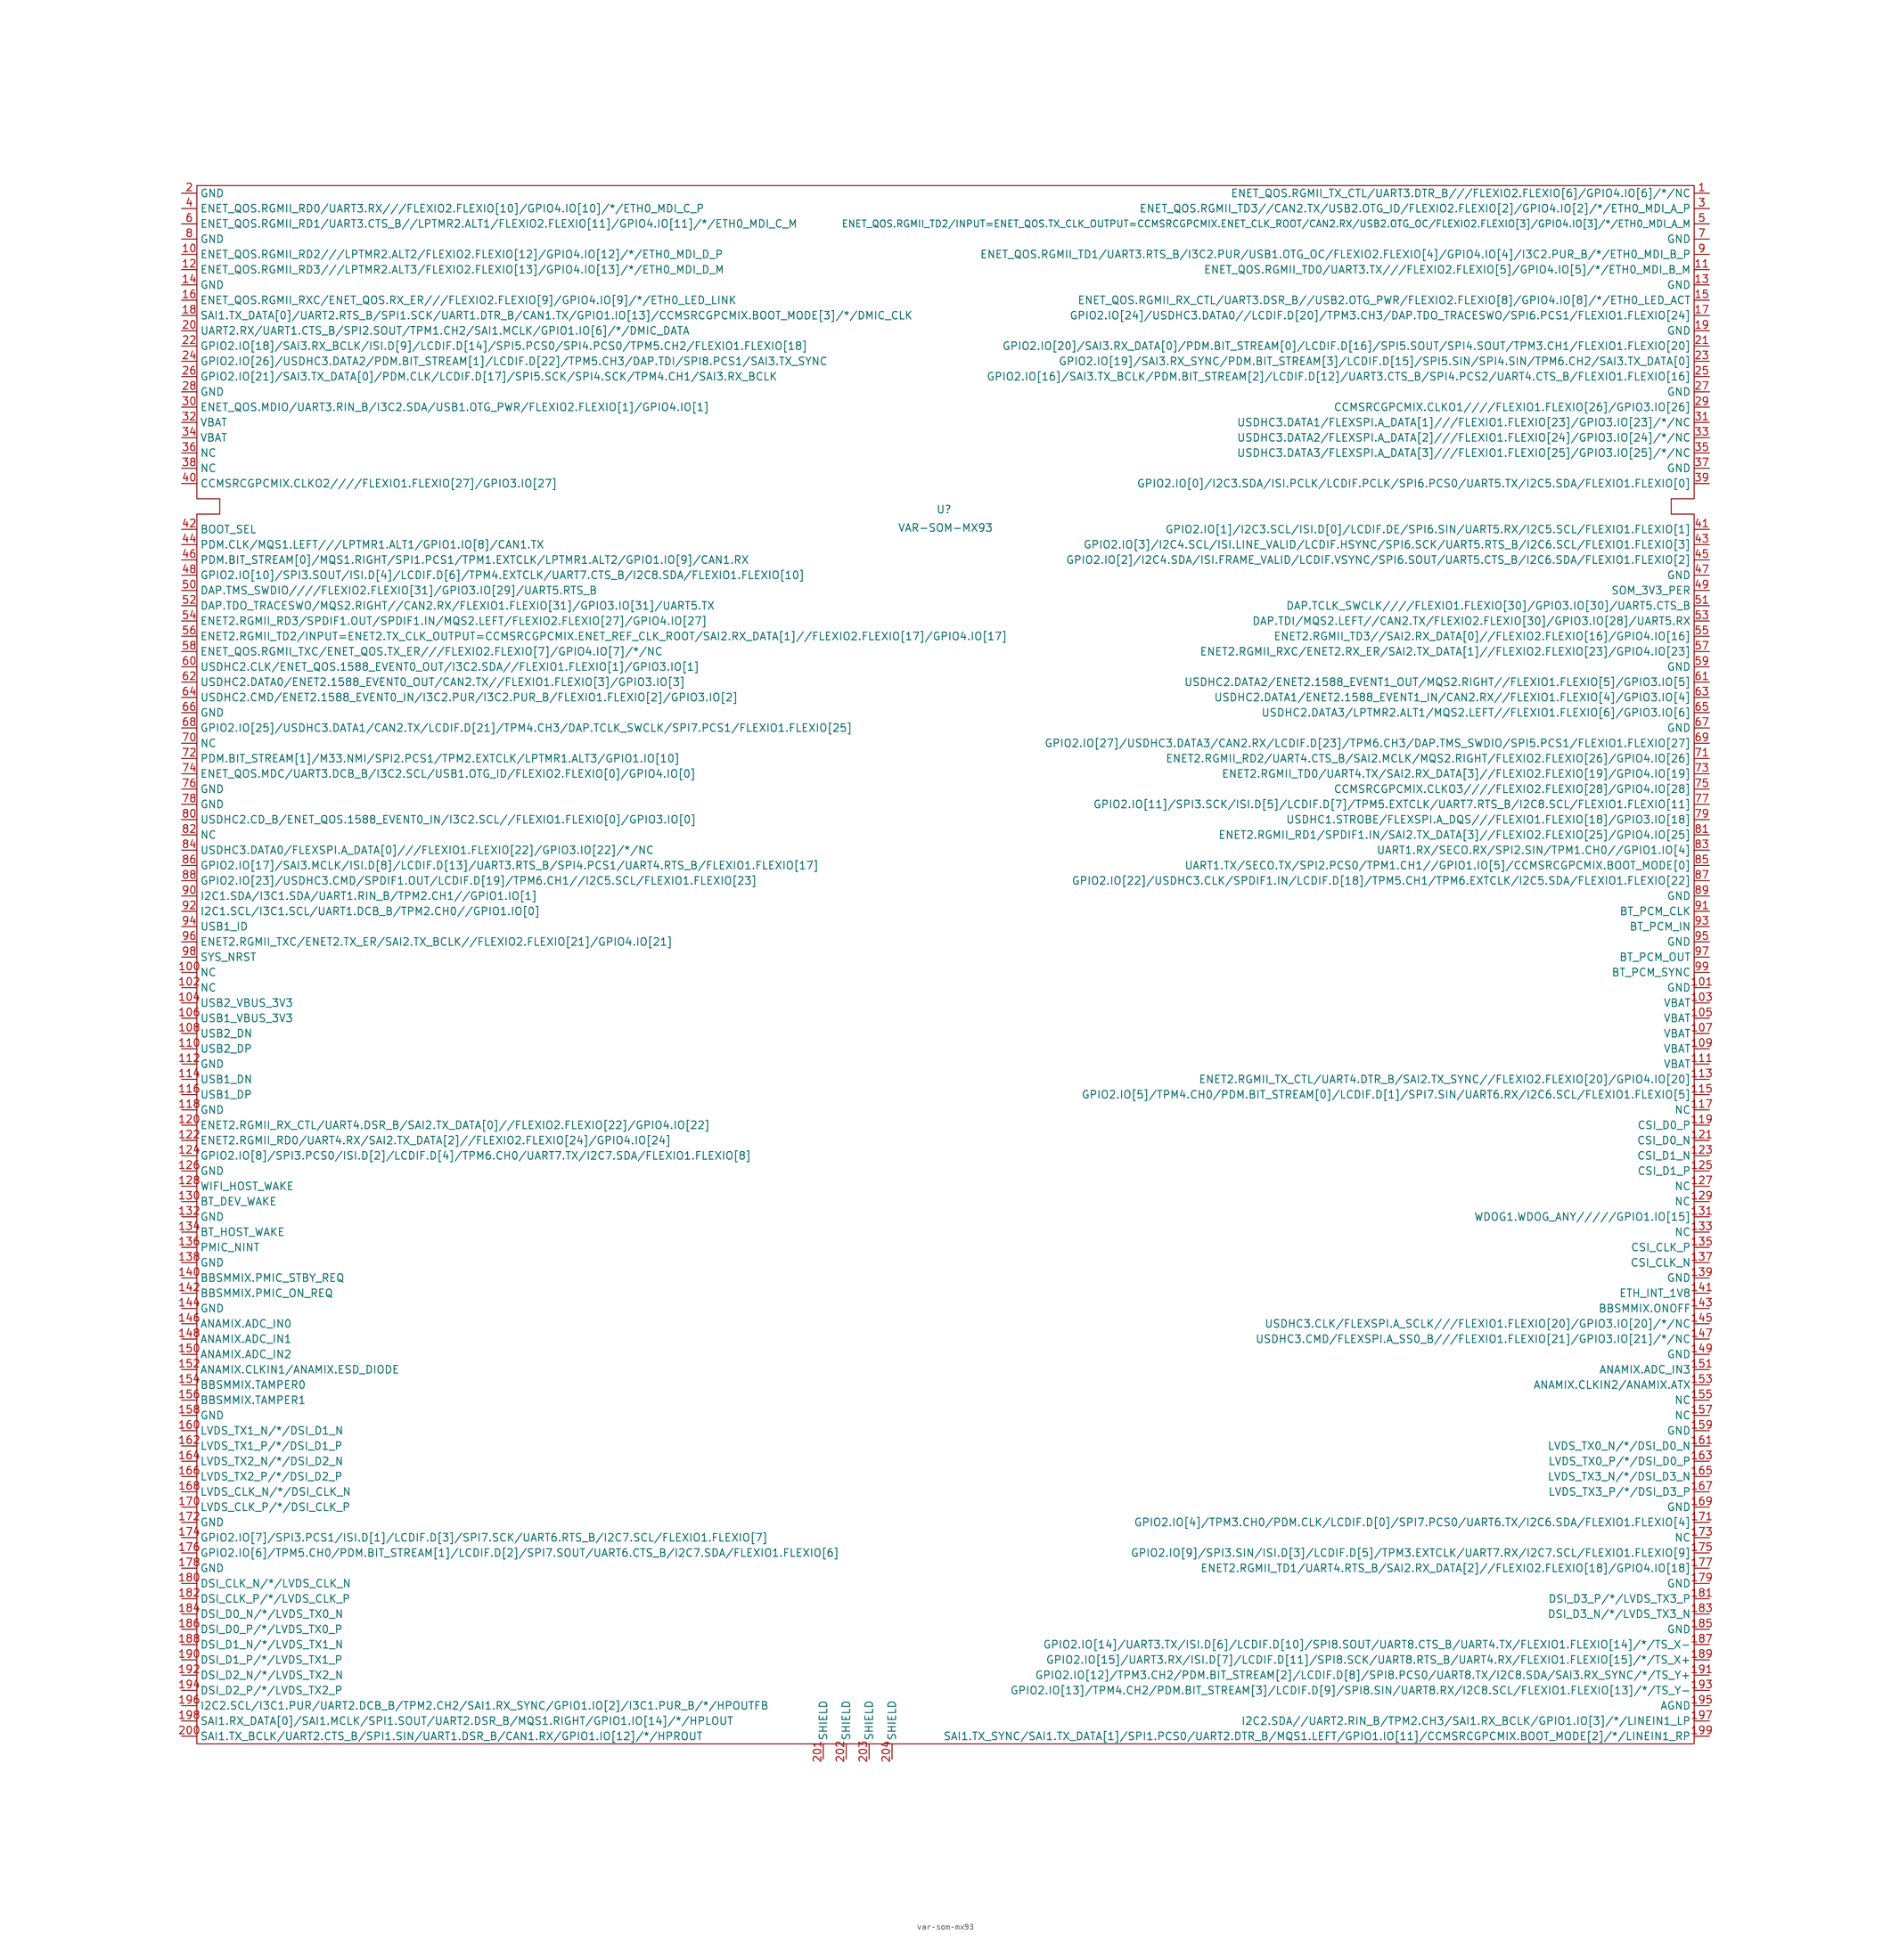
<source format=kicad_sym>
(kicad_symbol_lib
  (version 20241209)
  (generator "kicad_symbol_editor")
  (generator_version "9.0")
  (symbol "var-som-mx93"
    (property "Reference" "U"
      (at -0.254 -0.508 0)
      (effects (font (size 1.27 1.27))))
    (property "Value" "VAR-SOM-MX93"
      (at 0 -3.556 0)
      (effects (font (size 1.27 1.27))))
    (symbol "var-som-mx93_0_0"
      (pin unspecified line (at -127 52.07 0) (length 2.54) (name "GND" (effects (font (size 1.27 1.27)))) (number "2" (effects (font (size 1.27 1.27)))))
      (pin unspecified line (at -127 49.53 0) (length 2.54) (name "ENET_QOS.RGMII_RD0/UART3.RX///FLEXIO2.FLEXIO[10]/GPIO4.IO[10]/*/ETH0_MDI_C_P" (effects (font (size 1.27 1.27)))) (number "4" (effects (font (size 1.27 1.27)))))
      (pin unspecified line (at -127 46.99 0) (length 2.54) (name "ENET_QOS.RGMII_RD1/UART3.CTS_B//LPTMR2.ALT1/FLEXIO2.FLEXIO[11]/GPIO4.IO[11]/*/ETH0_MDI_C_M" (effects (font (size 1.27 1.27)))) (number "6" (effects (font (size 1.27 1.27)))))
      (pin unspecified line (at -127 44.45 0) (length 2.54) (name "GND" (effects (font (size 1.27 1.27)))) (number "8" (effects (font (size 1.27 1.27)))))
      (pin unspecified line (at -127 41.91 0) (length 2.54) (name "ENET_QOS.RGMII_RD2///LPTMR2.ALT2/FLEXIO2.FLEXIO[12]/GPIO4.IO[12]/*/ETH0_MDI_D_P" (effects (font (size 1.27 1.27)))) (number "10" (effects (font (size 1.27 1.27)))))
      (pin unspecified line (at -127 39.37 0) (length 2.54) (name "ENET_QOS.RGMII_RD3///LPTMR2.ALT3/FLEXIO2.FLEXIO[13]/GPIO4.IO[13]/*/ETH0_MDI_D_M" (effects (font (size 1.27 1.27)))) (number "12" (effects (font (size 1.27 1.27)))))
      (pin unspecified line (at -127 36.83 0) (length 2.54) (name "GND" (effects (font (size 1.27 1.27)))) (number "14" (effects (font (size 1.27 1.27)))))
      (pin unspecified line (at -127 34.29 0) (length 2.54) (name "ENET_QOS.RGMII_RXC/ENET_QOS.RX_ER///FLEXIO2.FLEXIO[9]/GPIO4.IO[9]/*/ETH0_LED_LINK" (effects (font (size 1.27 1.27)))) (number "16" (effects (font (size 1.27 1.27)))))
      (pin unspecified line (at -127 31.75 0) (length 2.54) (name "SAI1.TX_DATA[0]/UART2.RTS_B/SPI1.SCK/UART1.DTR_B/CAN1.TX/GPIO1.IO[13]/CCMSRCGPCMIX.BOOT_MODE[3]/*/DMIC_CLK" (effects (font (size 1.27 1.27)))) (number "18" (effects (font (size 1.27 1.27)))))
      (pin unspecified line (at -127 29.21 0) (length 2.54) (name "UART2.RX/UART1.CTS_B/SPI2.SOUT/TPM1.CH2/SAI1.MCLK/GPIO1.IO[6]/*/DMIC_DATA" (effects (font (size 1.27 1.27)))) (number "20" (effects (font (size 1.27 1.27)))))
      (pin unspecified line (at -127 26.67 0) (length 2.54) (name "GPIO2.IO[18]/SAI3.RX_BCLK/ISI.D[9]/LCDIF.D[14]/SPI5.PCS0/SPI4.PCS0/TPM5.CH2/FLEXIO1.FLEXIO[18]" (effects (font (size 1.27 1.27)))) (number "22" (effects (font (size 1.27 1.27)))))
      (pin unspecified line (at -127 24.13 0) (length 2.54) (name "GPIO2.IO[26]/USDHC3.DATA2/PDM.BIT_STREAM[1]/LCDIF.D[22]/TPM5.CH3/DAP.TDI/SPI8.PCS1/SAI3.TX_SYNC" (effects (font (size 1.27 1.27)))) (number "24" (effects (font (size 1.27 1.27)))))
      (pin unspecified line (at -127 21.59 0) (length 2.54) (name "GPIO2.IO[21]/SAI3.TX_DATA[0]/PDM.CLK/LCDIF.D[17]/SPI5.SCK/SPI4.SCK/TPM4.CH1/SAI3.RX_BCLK" (effects (font (size 1.27 1.27)))) (number "26" (effects (font (size 1.27 1.27)))))
      (pin unspecified line (at -127 19.05 0) (length 2.54) (name "GND" (effects (font (size 1.27 1.27)))) (number "28" (effects (font (size 1.27 1.27)))))
      (pin unspecified line (at -127 16.51 0) (length 2.54) (name "ENET_QOS.MDIO/UART3.RIN_B/I3C2.SDA/USB1.OTG_PWR/FLEXIO2.FLEXIO[1]/GPIO4.IO[1]" (effects (font (size 1.27 1.27)))) (number "30" (effects (font (size 1.27 1.27)))))
      (pin unspecified line (at -127 13.97 0) (length 2.54) (name "VBAT" (effects (font (size 1.27 1.27)))) (number "32" (effects (font (size 1.27 1.27)))))
      (pin unspecified line (at -127 11.43 0) (length 2.54) (name "VBAT" (effects (font (size 1.27 1.27)))) (number "34" (effects (font (size 1.27 1.27)))))
      (pin unspecified line (at -127 8.89 0) (length 2.54) (name "NC" (effects (font (size 1.27 1.27)))) (number "36" (effects (font (size 1.27 1.27)))))
      (pin unspecified line (at -127 6.35 0) (length 2.54) (name "NC" (effects (font (size 1.27 1.27)))) (number "38" (effects (font (size 1.27 1.27)))))
      (pin unspecified line (at -127 3.81 0) (length 2.54) (name "CCMSRCGPCMIX.CLKO2////FLEXIO1.FLEXIO[27]/GPIO3.IO[27]" (effects (font (size 1.27 1.27)))) (number "40" (effects (font (size 1.27 1.27)))))
      (pin unspecified line (at -127 -3.81 0) (length 2.54) (name "BOOT_SEL" (effects (font (size 1.27 1.27)))) (number "42" (effects (font (size 1.27 1.27)))))
      (pin unspecified line (at -127 -6.35 0) (length 2.54) (name "PDM.CLK/MQS1.LEFT///LPTMR1.ALT1/GPIO1.IO[8]/CAN1.TX" (effects (font (size 1.27 1.27)))) (number "44" (effects (font (size 1.27 1.27)))))
      (pin unspecified line (at -127 -8.89 0) (length 2.54) (name "PDM.BIT_STREAM[0]/MQS1.RIGHT/SPI1.PCS1/TPM1.EXTCLK/LPTMR1.ALT2/GPIO1.IO[9]/CAN1.RX" (effects (font (size 1.27 1.27)))) (number "46" (effects (font (size 1.27 1.27)))))
      (pin unspecified line (at -127 -11.43 0) (length 2.54) (name "GPIO2.IO[10]/SPI3.SOUT/ISI.D[4]/LCDIF.D[6]/TPM4.EXTCLK/UART7.CTS_B/I2C8.SDA/FLEXIO1.FLEXIO[10]" (effects (font (size 1.27 1.27)))) (number "48" (effects (font (size 1.27 1.27)))))
      (pin unspecified line (at -127 -13.97 0) (length 2.54) (name "DAP.TMS_SWDIO////FLEXIO2.FLEXIO[31]/GPIO3.IO[29]/UART5.RTS_B" (effects (font (size 1.27 1.27)))) (number "50" (effects (font (size 1.27 1.27)))))
      (pin unspecified line (at -127 -16.51 0) (length 2.54) (name "DAP.TDO_TRACESWO/MQS2.RIGHT//CAN2.RX/FLEXIO1.FLEXIO[31]/GPIO3.IO[31]/UART5.TX" (effects (font (size 1.27 1.27)))) (number "52" (effects (font (size 1.27 1.27)))))
      (pin unspecified line (at -127 -19.05 0) (length 2.54) (name "ENET2.RGMII_RD3/SPDIF1.OUT/SPDIF1.IN/MQS2.LEFT/FLEXIO2.FLEXIO[27]/GPIO4.IO[27]" (effects (font (size 1.27 1.27)))) (number "54" (effects (font (size 1.27 1.27)))))
      (pin unspecified line (at -127 -21.59 0) (length 2.54) (name "ENET2.RGMII_TD2/INPUT=ENET2.TX_CLK_OUTPUT=CCMSRCGPCMIX.ENET_REF_CLK_ROOT/SAI2.RX_DATA[1]//FLEXIO2.FLEXIO[17]/GPIO4.IO[17]" (effects (font (size 1.27 1.27)))) (number "56" (effects (font (size 1.27 1.27)))))
      (pin unspecified line (at -127 -24.13 0) (length 2.54) (name "ENET_QOS.RGMII_TXC/ENET_QOS.TX_ER///FLEXIO2.FLEXIO[7]/GPIO4.IO[7]/*/NC" (effects (font (size 1.27 1.27)))) (number "58" (effects (font (size 1.27 1.27)))))
      (pin unspecified line (at -127 -26.67 0) (length 2.54) (name "USDHC2.CLK/ENET_QOS.1588_EVENT0_OUT/I3C2.SDA//FLEXIO1.FLEXIO[1]/GPIO3.IO[1]" (effects (font (size 1.27 1.27)))) (number "60" (effects (font (size 1.27 1.27)))))
      (pin unspecified line (at -127 -29.21 0) (length 2.54) (name "USDHC2.DATA0/ENET2.1588_EVENT0_OUT/CAN2.TX//FLEXIO1.FLEXIO[3]/GPIO3.IO[3]" (effects (font (size 1.27 1.27)))) (number "62" (effects (font (size 1.27 1.27)))))
      (pin unspecified line (at -127 -31.75 0) (length 2.54) (name "USDHC2.CMD/ENET2.1588_EVENT0_IN/I3C2.PUR/I3C2.PUR_B/FLEXIO1.FLEXIO[2]/GPIO3.IO[2]" (effects (font (size 1.27 1.27)))) (number "64" (effects (font (size 1.27 1.27)))))
      (pin unspecified line (at -127 -34.29 0) (length 2.54) (name "GND" (effects (font (size 1.27 1.27)))) (number "66" (effects (font (size 1.27 1.27)))))
      (pin unspecified line (at -127 -36.83 0) (length 2.54) (name "GPIO2.IO[25]/USDHC3.DATA1/CAN2.TX/LCDIF.D[21]/TPM4.CH3/DAP.TCLK_SWCLK/SPI7.PCS1/FLEXIO1.FLEXIO[25]" (effects (font (size 1.27 1.27)))) (number "68" (effects (font (size 1.27 1.27)))))
      (pin unspecified line (at -127 -39.37 0) (length 2.54) (name "NC" (effects (font (size 1.27 1.27)))) (number "70" (effects (font (size 1.27 1.27)))))
      (pin unspecified line (at -127 -41.91 0) (length 2.54) (name "PDM.BIT_STREAM[1]/M33.NMI/SPI2.PCS1/TPM2.EXTCLK/LPTMR1.ALT3/GPIO1.IO[10]" (effects (font (size 1.27 1.27)))) (number "72" (effects (font (size 1.27 1.27)))))
      (pin unspecified line (at -127 -44.45 0) (length 2.54) (name "ENET_QOS.MDC/UART3.DCB_B/I3C2.SCL/USB1.OTG_ID/FLEXIO2.FLEXIO[0]/GPIO4.IO[0]" (effects (font (size 1.27 1.27)))) (number "74" (effects (font (size 1.27 1.27)))))
      (pin unspecified line (at -127 -46.99 0) (length 2.54) (name "GND" (effects (font (size 1.27 1.27)))) (number "76" (effects (font (size 1.27 1.27)))))
      (pin unspecified line (at -127 -49.53 0) (length 2.54) (name "GND" (effects (font (size 1.27 1.27)))) (number "78" (effects (font (size 1.27 1.27)))))
      (pin unspecified line (at -127 -52.07 0) (length 2.54) (name "USDHC2.CD_B/ENET_QOS.1588_EVENT0_IN/I3C2.SCL//FLEXIO1.FLEXIO[0]/GPIO3.IO[0]" (effects (font (size 1.27 1.27)))) (number "80" (effects (font (size 1.27 1.27)))))
      (pin unspecified line (at -127 -54.61 0) (length 2.54) (name "NC" (effects (font (size 1.27 1.27)))) (number "82" (effects (font (size 1.27 1.27)))))
      (pin unspecified line (at -127 -57.15 0) (length 2.54) (name "USDHC3.DATA0/FLEXSPI.A_DATA[0]///FLEXIO1.FLEXIO[22]/GPIO3.IO[22]/*/NC" (effects (font (size 1.27 1.27)))) (number "84" (effects (font (size 1.27 1.27)))))
      (pin unspecified line (at -127 -59.69 0) (length 2.54) (name "GPIO2.IO[17]/SAI3.MCLK/ISI.D[8]/LCDIF.D[13]/UART3.RTS_B/SPI4.PCS1/UART4.RTS_B/FLEXIO1.FLEXIO[17]" (effects (font (size 1.27 1.27)))) (number "86" (effects (font (size 1.27 1.27)))))
      (pin unspecified line (at -127 -62.23 0) (length 2.54) (name "GPIO2.IO[23]/USDHC3.CMD/SPDIF1.OUT/LCDIF.D[19]/TPM6.CH1//I2C5.SCL/FLEXIO1.FLEXIO[23]" (effects (font (size 1.27 1.27)))) (number "88" (effects (font (size 1.27 1.27)))))
      (pin unspecified line (at -127 -64.77 0) (length 2.54) (name "I2C1.SDA/I3C1.SDA/UART1.RIN_B/TPM2.CH1//GPIO1.IO[1]" (effects (font (size 1.27 1.27)))) (number "90" (effects (font (size 1.27 1.27)))))
      (pin unspecified line (at -127 -67.31 0) (length 2.54) (name "I2C1.SCL/I3C1.SCL/UART1.DCB_B/TPM2.CH0//GPIO1.IO[0]" (effects (font (size 1.27 1.27)))) (number "92" (effects (font (size 1.27 1.27)))))
      (pin unspecified line (at -127 -69.85 0) (length 2.54) (name "USB1_ID" (effects (font (size 1.27 1.27)))) (number "94" (effects (font (size 1.27 1.27)))))
      (pin unspecified line (at -127 -72.39 0) (length 2.54) (name "ENET2.RGMII_TXC/ENET2.TX_ER/SAI2.TX_BCLK//FLEXIO2.FLEXIO[21]/GPIO4.IO[21]" (effects (font (size 1.27 1.27)))) (number "96" (effects (font (size 1.27 1.27)))))
      (pin unspecified line (at -127 -74.93 0) (length 2.54) (name "SYS_NRST" (effects (font (size 1.27 1.27)))) (number "98" (effects (font (size 1.27 1.27)))))
      (pin unspecified line (at -127 -77.47 0) (length 2.54) (name "NC" (effects (font (size 1.27 1.27)))) (number "100" (effects (font (size 1.27 1.27)))))
      (pin unspecified line (at -127 -80.01 0) (length 2.54) (name "NC" (effects (font (size 1.27 1.27)))) (number "102" (effects (font (size 1.27 1.27)))))
      (pin unspecified line (at -127 -82.55 0) (length 2.54) (name "USB2_VBUS_3V3" (effects (font (size 1.27 1.27)))) (number "104" (effects (font (size 1.27 1.27)))))
      (pin unspecified line (at -127 -85.09 0) (length 2.54) (name "USB1_VBUS_3V3" (effects (font (size 1.27 1.27)))) (number "106" (effects (font (size 1.27 1.27)))))
      (pin unspecified line (at -127 -87.63 0) (length 2.54) (name "USB2_DN" (effects (font (size 1.27 1.27)))) (number "108" (effects (font (size 1.27 1.27)))))
      (pin unspecified line (at -127 -90.17 0) (length 2.54) (name "USB2_DP" (effects (font (size 1.27 1.27)))) (number "110" (effects (font (size 1.27 1.27)))))
      (pin unspecified line (at -127 -92.71 0) (length 2.54) (name "GND" (effects (font (size 1.27 1.27)))) (number "112" (effects (font (size 1.27 1.27)))))
      (pin unspecified line (at -127 -95.25 0) (length 2.54) (name "USB1_DN" (effects (font (size 1.27 1.27)))) (number "114" (effects (font (size 1.27 1.27)))))
      (pin unspecified line (at -127 -97.79 0) (length 2.54) (name "USB1_DP" (effects (font (size 1.27 1.27)))) (number "116" (effects (font (size 1.27 1.27)))))
      (pin unspecified line (at -127 -100.33 0) (length 2.54) (name "GND" (effects (font (size 1.27 1.27)))) (number "118" (effects (font (size 1.27 1.27)))))
      (pin unspecified line (at -127 -102.87 0) (length 2.54) (name "ENET2.RGMII_RX_CTL/UART4.DSR_B/SAI2.TX_DATA[0]//FLEXIO2.FLEXIO[22]/GPIO4.IO[22]" (effects (font (size 1.27 1.27)))) (number "120" (effects (font (size 1.27 1.27)))))
      (pin unspecified line (at -127 -105.41 0) (length 2.54) (name "ENET2.RGMII_RD0/UART4.RX/SAI2.TX_DATA[2]//FLEXIO2.FLEXIO[24]/GPIO4.IO[24]" (effects (font (size 1.27 1.27)))) (number "122" (effects (font (size 1.27 1.27)))))
      (pin unspecified line (at -127 -107.95 0) (length 2.54) (name "GPIO2.IO[8]/SPI3.PCS0/ISI.D[2]/LCDIF.D[4]/TPM6.CH0/UART7.TX/I2C7.SDA/FLEXIO1.FLEXIO[8]" (effects (font (size 1.27 1.27)))) (number "124" (effects (font (size 1.27 1.27)))))
      (pin unspecified line (at -127 -110.49 0) (length 2.54) (name "GND" (effects (font (size 1.27 1.27)))) (number "126" (effects (font (size 1.27 1.27)))))
      (pin unspecified line (at -127 -113.03 0) (length 2.54) (name "WIFI_HOST_WAKE" (effects (font (size 1.27 1.27)))) (number "128" (effects (font (size 1.27 1.27)))))
      (pin unspecified line (at -127 -115.57 0) (length 2.54) (name "BT_DEV_WAKE" (effects (font (size 1.27 1.27)))) (number "130" (effects (font (size 1.27 1.27)))))
      (pin unspecified line (at -127 -118.11 0) (length 2.54) (name "GND" (effects (font (size 1.27 1.27)))) (number "132" (effects (font (size 1.27 1.27)))))
      (pin unspecified line (at -127 -120.65 0) (length 2.54) (name "BT_HOST_WAKE" (effects (font (size 1.27 1.27)))) (number "134" (effects (font (size 1.27 1.27)))))
      (pin unspecified line (at -127 -123.19 0) (length 2.54) (name "PMIC_NINT" (effects (font (size 1.27 1.27)))) (number "136" (effects (font (size 1.27 1.27)))))
      (pin unspecified line (at -127 -125.73 0) (length 2.54) (name "GND" (effects (font (size 1.27 1.27)))) (number "138" (effects (font (size 1.27 1.27)))))
      (pin unspecified line (at -127 -128.27 0) (length 2.54) (name "BBSMMIX.PMIC_STBY_REQ" (effects (font (size 1.27 1.27)))) (number "140" (effects (font (size 1.27 1.27)))))
      (pin unspecified line (at -127 -130.81 0) (length 2.54) (name "BBSMMIX.PMIC_ON_REQ" (effects (font (size 1.27 1.27)))) (number "142" (effects (font (size 1.27 1.27)))))
      (pin unspecified line (at -127 -133.35 0) (length 2.54) (name "GND" (effects (font (size 1.27 1.27)))) (number "144" (effects (font (size 1.27 1.27)))))
      (pin unspecified line (at -127 -135.89 0) (length 2.54) (name "ANAMIX.ADC_IN0" (effects (font (size 1.27 1.27)))) (number "146" (effects (font (size 1.27 1.27)))))
      (pin unspecified line (at -127 -138.43 0) (length 2.54) (name "ANAMIX.ADC_IN1" (effects (font (size 1.27 1.27)))) (number "148" (effects (font (size 1.27 1.27)))))
      (pin unspecified line (at -127 -140.97 0) (length 2.54) (name "ANAMIX.ADC_IN2" (effects (font (size 1.27 1.27)))) (number "150" (effects (font (size 1.27 1.27)))))
      (pin unspecified line (at -127 -143.51 0) (length 2.54) (name "ANAMIX.CLKIN1/ANAMIX.ESD_DIODE" (effects (font (size 1.27 1.27)))) (number "152" (effects (font (size 1.27 1.27)))))
      (pin unspecified line (at -127 -146.05 0) (length 2.54) (name "BBSMMIX.TAMPER0" (effects (font (size 1.27 1.27)))) (number "154" (effects (font (size 1.27 1.27)))))
      (pin unspecified line (at -127 -148.59 0) (length 2.54) (name "BBSMMIX.TAMPER1" (effects (font (size 1.27 1.27)))) (number "156" (effects (font (size 1.27 1.27)))))
      (pin unspecified line (at -127 -151.13 0) (length 2.54) (name "GND" (effects (font (size 1.27 1.27)))) (number "158" (effects (font (size 1.27 1.27)))))
      (pin unspecified line (at -127 -153.67 0) (length 2.54) (name "LVDS_TX1_N/*/DSI_D1_N" (effects (font (size 1.27 1.27)))) (number "160" (effects (font (size 1.27 1.27)))))
      (pin unspecified line (at -127 -156.21 0) (length 2.54) (name "LVDS_TX1_P/*/DSI_D1_P" (effects (font (size 1.27 1.27)))) (number "162" (effects (font (size 1.27 1.27)))))
      (pin unspecified line (at -127 -158.75 0) (length 2.54) (name "LVDS_TX2_N/*/DSI_D2_N" (effects (font (size 1.27 1.27)))) (number "164" (effects (font (size 1.27 1.27)))))
      (pin unspecified line (at -127 -161.29 0) (length 2.54) (name "LVDS_TX2_P/*/DSI_D2_P" (effects (font (size 1.27 1.27)))) (number "166" (effects (font (size 1.27 1.27)))))
      (pin unspecified line (at -127 -163.83 0) (length 2.54) (name "LVDS_CLK_N/*/DSI_CLK_N" (effects (font (size 1.27 1.27)))) (number "168" (effects (font (size 1.27 1.27)))))
      (pin unspecified line (at -127 -166.37 0) (length 2.54) (name "LVDS_CLK_P/*/DSI_CLK_P" (effects (font (size 1.27 1.27)))) (number "170" (effects (font (size 1.27 1.27)))))
      (pin unspecified line (at -127 -168.91 0) (length 2.54) (name "GND" (effects (font (size 1.27 1.27)))) (number "172" (effects (font (size 1.27 1.27)))))
      (pin unspecified line (at -127 -171.45 0) (length 2.54) (name "GPIO2.IO[7]/SPI3.PCS1/ISI.D[1]/LCDIF.D[3]/SPI7.SCK/UART6.RTS_B/I2C7.SCL/FLEXIO1.FLEXIO[7]" (effects (font (size 1.27 1.27)))) (number "174" (effects (font (size 1.27 1.27)))))
      (pin unspecified line (at -127 -173.99 0) (length 2.54) (name "GPIO2.IO[6]/TPM5.CH0/PDM.BIT_STREAM[1]/LCDIF.D[2]/SPI7.SOUT/UART6.CTS_B/I2C7.SDA/FLEXIO1.FLEXIO[6]" (effects (font (size 1.27 1.27)))) (number "176" (effects (font (size 1.27 1.27)))))
      (pin unspecified line (at -127 -176.53 0) (length 2.54) (name "GND" (effects (font (size 1.27 1.27)))) (number "178" (effects (font (size 1.27 1.27)))))
      (pin unspecified line (at -127 -179.07 0) (length 2.54) (name "DSI_CLK_N/*/LVDS_CLK_N" (effects (font (size 1.27 1.27)))) (number "180" (effects (font (size 1.27 1.27)))))
      (pin unspecified line (at -127 -181.61 0) (length 2.54) (name "DSI_CLK_P/*/LVDS_CLK_P" (effects (font (size 1.27 1.27)))) (number "182" (effects (font (size 1.27 1.27)))))
      (pin unspecified line (at -127 -184.15 0) (length 2.54) (name "DSI_D0_N/*/LVDS_TX0_N" (effects (font (size 1.27 1.27)))) (number "184" (effects (font (size 1.27 1.27)))))
      (pin unspecified line (at -127 -186.69 0) (length 2.54) (name "DSI_D0_P/*/LVDS_TX0_P" (effects (font (size 1.27 1.27)))) (number "186" (effects (font (size 1.27 1.27)))))
      (pin unspecified line (at -127 -189.23 0) (length 2.54) (name "DSI_D1_N/*/LVDS_TX1_N" (effects (font (size 1.27 1.27)))) (number "188" (effects (font (size 1.27 1.27)))))
      (pin unspecified line (at -127 -191.77 0) (length 2.54) (name "DSI_D1_P/*/LVDS_TX1_P" (effects (font (size 1.27 1.27)))) (number "190" (effects (font (size 1.27 1.27)))))
      (pin unspecified line (at -127 -194.31 0) (length 2.54) (name "DSI_D2_N/*/LVDS_TX2_N" (effects (font (size 1.27 1.27)))) (number "192" (effects (font (size 1.27 1.27)))))
      (pin unspecified line (at -127 -196.85 0) (length 2.54) (name "DSI_D2_P/*/LVDS_TX2_P" (effects (font (size 1.27 1.27)))) (number "194" (effects (font (size 1.27 1.27)))))
      (pin unspecified line (at -127 -199.39 0) (length 2.54) (name "I2C2.SCL/I3C1.PUR/UART2.DCB_B/TPM2.CH2/SAI1.RX_SYNC/GPIO1.IO[2]/I3C1.PUR_B/*/HPOUTFB" (effects (font (size 1.27 1.27)))) (number "196" (effects (font (size 1.27 1.27)))))
      (pin unspecified line (at -127 -201.93 0) (length 2.54) (name "SAI1.RX_DATA[0]/SAI1.MCLK/SPI1.SOUT/UART2.DSR_B/MQS1.RIGHT/GPIO1.IO[14]/*/HPLOUT" (effects (font (size 1.27 1.27)))) (number "198" (effects (font (size 1.27 1.27)))))
      (pin unspecified line (at -127 -204.47 0) (length 2.54) (name "SAI1.TX_BCLK/UART2.CTS_B/SPI1.SIN/UART1.DSR_B/CAN1.RX/GPIO1.IO[12]/*/HPROUT" (effects (font (size 1.27 1.27)))) (number "200" (effects (font (size 1.27 1.27)))))
      (pin unspecified line (at 127 52.07 180) (length 2.54) (name "ENET_QOS.RGMII_TX_CTL/UART3.DTR_B///FLEXIO2.FLEXIO[6]/GPIO4.IO[6]/*/NC" (effects (font (size 1.27 1.27)))) (number "1" (effects (font (size 1.27 1.27)))))
      (pin unspecified line (at 127 49.53 180) (length 2.54) (name "ENET_QOS.RGMII_TD3//CAN2.TX/USB2.OTG_ID/FLEXIO2.FLEXIO[2]/GPIO4.IO[2]/*/ETH0_MDI_A_P" (effects (font (size 1.27 1.27)))) (number "3" (effects (font (size 1.27 1.27)))))
      (pin unspecified line (at 127 44.45 180) (length 2.54) (name "GND" (effects (font (size 1.27 1.27)))) (number "7" (effects (font (size 1.27 1.27)))))
      (pin unspecified line (at 127 41.91 180) (length 2.54) (name "ENET_QOS.RGMII_TD1/UART3.RTS_B/I3C2.PUR/USB1.OTG_OC/FLEXIO2.FLEXIO[4]/GPIO4.IO[4]/I3C2.PUR_B/*/ETH0_MDI_B_P" (effects (font (size 1.27 1.27)))) (number "9" (effects (font (size 1.27 1.27)))))
      (pin unspecified line (at 127 39.37 180) (length 2.54) (name "ENET_QOS.RGMII_TD0/UART3.TX///FLEXIO2.FLEXIO[5]/GPIO4.IO[5]/*/ETH0_MDI_B_M" (effects (font (size 1.27 1.27)))) (number "11" (effects (font (size 1.27 1.27)))))
      (pin unspecified line (at 127 36.83 180) (length 2.54) (name "GND" (effects (font (size 1.27 1.27)))) (number "13" (effects (font (size 1.27 1.27)))))
      (pin unspecified line (at 127 34.29 180) (length 2.54) (name "ENET_QOS.RGMII_RX_CTL/UART3.DSR_B//USB2.OTG_PWR/FLEXIO2.FLEXIO[8]/GPIO4.IO[8]/*/ETH0_LED_ACT" (effects (font (size 1.27 1.27)))) (number "15" (effects (font (size 1.27 1.27)))))
      (pin unspecified line (at 127 31.75 180) (length 2.54) (name "GPIO2.IO[24]/USDHC3.DATA0//LCDIF.D[20]/TPM3.CH3/DAP.TDO_TRACESWO/SPI6.PCS1/FLEXIO1.FLEXIO[24]" (effects (font (size 1.27 1.27)))) (number "17" (effects (font (size 1.27 1.27)))))
      (pin unspecified line (at 127 29.21 180) (length 2.54) (name "GND" (effects (font (size 1.27 1.27)))) (number "19" (effects (font (size 1.27 1.27)))))
      (pin unspecified line (at 127 26.67 180) (length 2.54) (name "GPIO2.IO[20]/SAI3.RX_DATA[0]/PDM.BIT_STREAM[0]/LCDIF.D[16]/SPI5.SOUT/SPI4.SOUT/TPM3.CH1/FLEXIO1.FLEXIO[20]" (effects (font (size 1.27 1.27)))) (number "21" (effects (font (size 1.27 1.27)))))
      (pin unspecified line (at 127 24.13 180) (length 2.54) (name "GPIO2.IO[19]/SAI3.RX_SYNC/PDM.BIT_STREAM[3]/LCDIF.D[15]/SPI5.SIN/SPI4.SIN/TPM6.CH2/SAI3.TX_DATA[0]" (effects (font (size 1.27 1.27)))) (number "23" (effects (font (size 1.27 1.27)))))
      (pin unspecified line (at 127 21.59 180) (length 2.54) (name "GPIO2.IO[16]/SAI3.TX_BCLK/PDM.BIT_STREAM[2]/LCDIF.D[12]/UART3.CTS_B/SPI4.PCS2/UART4.CTS_B/FLEXIO1.FLEXIO[16]" (effects (font (size 1.27 1.27)))) (number "25" (effects (font (size 1.27 1.27)))))
      (pin unspecified line (at 127 19.05 180) (length 2.54) (name "GND" (effects (font (size 1.27 1.27)))) (number "27" (effects (font (size 1.27 1.27)))))
      (pin unspecified line (at 127 16.51 180) (length 2.54) (name "CCMSRCGPCMIX.CLKO1////FLEXIO1.FLEXIO[26]/GPIO3.IO[26]" (effects (font (size 1.27 1.27)))) (number "29" (effects (font (size 1.27 1.27)))))
      (pin unspecified line (at 127 13.97 180) (length 2.54) (name "USDHC3.DATA1/FLEXSPI.A_DATA[1]///FLEXIO1.FLEXIO[23]/GPIO3.IO[23]/*/NC" (effects (font (size 1.27 1.27)))) (number "31" (effects (font (size 1.27 1.27)))))
      (pin unspecified line (at 127 11.43 180) (length 2.54) (name "USDHC3.DATA2/FLEXSPI.A_DATA[2]///FLEXIO1.FLEXIO[24]/GPIO3.IO[24]/*/NC" (effects (font (size 1.27 1.27)))) (number "33" (effects (font (size 1.27 1.27)))))
      (pin unspecified line (at 127 8.89 180) (length 2.54) (name "USDHC3.DATA3/FLEXSPI.A_DATA[3]///FLEXIO1.FLEXIO[25]/GPIO3.IO[25]/*/NC" (effects (font (size 1.27 1.27)))) (number "35" (effects (font (size 1.27 1.27)))))
      (pin unspecified line (at 127 6.35 180) (length 2.54) (name "GND" (effects (font (size 1.27 1.27)))) (number "37" (effects (font (size 1.27 1.27)))))
      (pin unspecified line (at 127 3.81 180) (length 2.54) (name "GPIO2.IO[0]/I2C3.SDA/ISI.PCLK/LCDIF.PCLK/SPI6.PCS0/UART5.TX/I2C5.SDA/FLEXIO1.FLEXIO[0]" (effects (font (size 1.27 1.27)))) (number "39" (effects (font (size 1.27 1.27)))))
      (pin unspecified line (at 127 -3.81 180) (length 2.54) (name "GPIO2.IO[1]/I2C3.SCL/ISI.D[0]/LCDIF.DE/SPI6.SIN/UART5.RX/I2C5.SCL/FLEXIO1.FLEXIO[1]" (effects (font (size 1.27 1.27)))) (number "41" (effects (font (size 1.27 1.27)))))
      (pin unspecified line (at 127 -6.35 180) (length 2.54) (name "GPIO2.IO[3]/I2C4.SCL/ISI.LINE_VALID/LCDIF.HSYNC/SPI6.SCK/UART5.RTS_B/I2C6.SCL/FLEXIO1.FLEXIO[3]" (effects (font (size 1.27 1.27)))) (number "43" (effects (font (size 1.27 1.27)))))
      (pin unspecified line (at 127 -8.89 180) (length 2.54) (name "GPIO2.IO[2]/I2C4.SDA/ISI.FRAME_VALID/LCDIF.VSYNC/SPI6.SOUT/UART5.CTS_B/I2C6.SDA/FLEXIO1.FLEXIO[2]" (effects (font (size 1.27 1.27)))) (number "45" (effects (font (size 1.27 1.27)))))
      (pin unspecified line (at 127 -11.43 180) (length 2.54) (name "GND" (effects (font (size 1.27 1.27)))) (number "47" (effects (font (size 1.27 1.27)))))
      (pin unspecified line (at 127 -13.97 180) (length 2.54) (name "SOM_3V3_PER" (effects (font (size 1.27 1.27)))) (number "49" (effects (font (size 1.27 1.27)))))
      (pin unspecified line (at 127 -16.51 180) (length 2.54) (name "DAP.TCLK_SWCLK////FLEXIO1.FLEXIO[30]/GPIO3.IO[30]/UART5.CTS_B" (effects (font (size 1.27 1.27)))) (number "51" (effects (font (size 1.27 1.27)))))
      (pin unspecified line (at 127 -19.05 180) (length 2.54) (name "DAP.TDI/MQS2.LEFT//CAN2.TX/FLEXIO2.FLEXIO[30]/GPIO3.IO[28]/UART5.RX" (effects (font (size 1.27 1.27)))) (number "53" (effects (font (size 1.27 1.27)))))
      (pin unspecified line (at 127 -21.59 180) (length 2.54) (name "ENET2.RGMII_TD3//SAI2.RX_DATA[0]//FLEXIO2.FLEXIO[16]/GPIO4.IO[16]" (effects (font (size 1.27 1.27)))) (number "55" (effects (font (size 1.27 1.27)))))
      (pin unspecified line (at 127 -24.13 180) (length 2.54) (name "ENET2.RGMII_RXC/ENET2.RX_ER/SAI2.TX_DATA[1]//FLEXIO2.FLEXIO[23]/GPIO4.IO[23]" (effects (font (size 1.27 1.27)))) (number "57" (effects (font (size 1.27 1.27)))))
      (pin unspecified line (at 127 -26.67 180) (length 2.54) (name "GND" (effects (font (size 1.27 1.27)))) (number "59" (effects (font (size 1.27 1.27)))))
      (pin unspecified line (at 127 -29.21 180) (length 2.54) (name "USDHC2.DATA2/ENET2.1588_EVENT1_OUT/MQS2.RIGHT//FLEXIO1.FLEXIO[5]/GPIO3.IO[5]" (effects (font (size 1.27 1.27)))) (number "61" (effects (font (size 1.27 1.27)))))
      (pin unspecified line (at 127 -31.75 180) (length 2.54) (name "USDHC2.DATA1/ENET2.1588_EVENT1_IN/CAN2.RX//FLEXIO1.FLEXIO[4]/GPIO3.IO[4]" (effects (font (size 1.27 1.27)))) (number "63" (effects (font (size 1.27 1.27)))))
      (pin unspecified line (at 127 -34.29 180) (length 2.54) (name "USDHC2.DATA3/LPTMR2.ALT1/MQS2.LEFT//FLEXIO1.FLEXIO[6]/GPIO3.IO[6]" (effects (font (size 1.27 1.27)))) (number "65" (effects (font (size 1.27 1.27)))))
      (pin unspecified line (at 127 -36.83 180) (length 2.54) (name "GND" (effects (font (size 1.27 1.27)))) (number "67" (effects (font (size 1.27 1.27)))))
      (pin unspecified line (at 127 -39.37 180) (length 2.54) (name "GPIO2.IO[27]/USDHC3.DATA3/CAN2.RX/LCDIF.D[23]/TPM6.CH3/DAP.TMS_SWDIO/SPI5.PCS1/FLEXIO1.FLEXIO[27]" (effects (font (size 1.27 1.27)))) (number "69" (effects (font (size 1.27 1.27)))))
      (pin unspecified line (at 127 -41.91 180) (length 2.54) (name "ENET2.RGMII_RD2/UART4.CTS_B/SAI2.MCLK/MQS2.RIGHT/FLEXIO2.FLEXIO[26]/GPIO4.IO[26]" (effects (font (size 1.27 1.27)))) (number "71" (effects (font (size 1.27 1.27)))))
      (pin unspecified line (at 127 -44.45 180) (length 2.54) (name "ENET2.RGMII_TD0/UART4.TX/SAI2.RX_DATA[3]//FLEXIO2.FLEXIO[19]/GPIO4.IO[19]" (effects (font (size 1.27 1.27)))) (number "73" (effects (font (size 1.27 1.27)))))
      (pin unspecified line (at 127 -46.99 180) (length 2.54) (name "CCMSRCGPCMIX.CLKO3////FLEXIO2.FLEXIO[28]/GPIO4.IO[28]" (effects (font (size 1.27 1.27)))) (number "75" (effects (font (size 1.27 1.27)))))
      (pin unspecified line (at 127 -49.53 180) (length 2.54) (name "GPIO2.IO[11]/SPI3.SCK/ISI.D[5]/LCDIF.D[7]/TPM5.EXTCLK/UART7.RTS_B/I2C8.SCL/FLEXIO1.FLEXIO[11]" (effects (font (size 1.27 1.27)))) (number "77" (effects (font (size 1.27 1.27)))))
      (pin unspecified line (at 127 -52.07 180) (length 2.54) (name "USDHC1.STROBE/FLEXSPI.A_DQS///FLEXIO1.FLEXIO[18]/GPIO3.IO[18]" (effects (font (size 1.27 1.27)))) (number "79" (effects (font (size 1.27 1.27)))))
      (pin unspecified line (at 127 -54.61 180) (length 2.54) (name "ENET2.RGMII_RD1/SPDIF1.IN/SAI2.TX_DATA[3]//FLEXIO2.FLEXIO[25]/GPIO4.IO[25]" (effects (font (size 1.27 1.27)))) (number "81" (effects (font (size 1.27 1.27)))))
      (pin unspecified line (at 127 -57.15 180) (length 2.54) (name "UART1.RX/SECO.RX/SPI2.SIN/TPM1.CH0//GPIO1.IO[4]" (effects (font (size 1.27 1.27)))) (number "83" (effects (font (size 1.27 1.27)))))
      (pin unspecified line (at 127 -59.69 180) (length 2.54) (name "UART1.TX/SECO.TX/SPI2.PCS0/TPM1.CH1//GPIO1.IO[5]/CCMSRCGPCMIX.BOOT_MODE[0]" (effects (font (size 1.27 1.27)))) (number "85" (effects (font (size 1.27 1.27)))))
      (pin unspecified line (at 127 -62.23 180) (length 2.54) (name "GPIO2.IO[22]/USDHC3.CLK/SPDIF1.IN/LCDIF.D[18]/TPM5.CH1/TPM6.EXTCLK/I2C5.SDA/FLEXIO1.FLEXIO[22]" (effects (font (size 1.27 1.27)))) (number "87" (effects (font (size 1.27 1.27)))))
      (pin unspecified line (at 127 -64.77 180) (length 2.54) (name "GND" (effects (font (size 1.27 1.27)))) (number "89" (effects (font (size 1.27 1.27)))))
      (pin unspecified line (at 127 -67.31 180) (length 2.54) (name "BT_PCM_CLK" (effects (font (size 1.27 1.27)))) (number "91" (effects (font (size 1.27 1.27)))))
      (pin unspecified line (at 127 -69.85 180) (length 2.54) (name "BT_PCM_IN" (effects (font (size 1.27 1.27)))) (number "93" (effects (font (size 1.27 1.27)))))
      (pin unspecified line (at 127 -72.39 180) (length 2.54) (name "GND" (effects (font (size 1.27 1.27)))) (number "95" (effects (font (size 1.27 1.27)))))
      (pin unspecified line (at 127 -74.93 180) (length 2.54) (name "BT_PCM_OUT" (effects (font (size 1.27 1.27)))) (number "97" (effects (font (size 1.27 1.27)))))
      (pin unspecified line (at 127 -77.47 180) (length 2.54) (name "BT_PCM_SYNC" (effects (font (size 1.27 1.27)))) (number "99" (effects (font (size 1.27 1.27)))))
      (pin unspecified line (at 127 -80.01 180) (length 2.54) (name "GND" (effects (font (size 1.27 1.27)))) (number "101" (effects (font (size 1.27 1.27)))))
      (pin unspecified line (at 127 -82.55 180) (length 2.54) (name "VBAT" (effects (font (size 1.27 1.27)))) (number "103" (effects (font (size 1.27 1.27)))))
      (pin unspecified line (at 127 -85.09 180) (length 2.54) (name "VBAT" (effects (font (size 1.27 1.27)))) (number "105" (effects (font (size 1.27 1.27)))))
      (pin unspecified line (at 127 -87.63 180) (length 2.54) (name "VBAT" (effects (font (size 1.27 1.27)))) (number "107" (effects (font (size 1.27 1.27)))))
      (pin unspecified line (at 127 -90.17 180) (length 2.54) (name "VBAT" (effects (font (size 1.27 1.27)))) (number "109" (effects (font (size 1.27 1.27)))))
      (pin unspecified line (at 127 -92.71 180) (length 2.54) (name "VBAT" (effects (font (size 1.27 1.27)))) (number "111" (effects (font (size 1.27 1.27)))))
      (pin unspecified line (at 127 -95.25 180) (length 2.54) (name "ENET2.RGMII_TX_CTL/UART4.DTR_B/SAI2.TX_SYNC//FLEXIO2.FLEXIO[20]/GPIO4.IO[20]" (effects (font (size 1.27 1.27)))) (number "113" (effects (font (size 1.27 1.27)))))
      (pin unspecified line (at 127 -97.79 180) (length 2.54) (name "GPIO2.IO[5]/TPM4.CH0/PDM.BIT_STREAM[0]/LCDIF.D[1]/SPI7.SIN/UART6.RX/I2C6.SCL/FLEXIO1.FLEXIO[5]" (effects (font (size 1.27 1.27)))) (number "115" (effects (font (size 1.27 1.27)))))
      (pin unspecified line (at 127 -100.33 180) (length 2.54) (name "NC" (effects (font (size 1.27 1.27)))) (number "117" (effects (font (size 1.27 1.27)))))
      (pin unspecified line (at 127 -102.87 180) (length 2.54) (name "CSI_D0_P" (effects (font (size 1.27 1.27)))) (number "119" (effects (font (size 1.27 1.27)))))
      (pin unspecified line (at 127 -105.41 180) (length 2.54) (name "CSI_D0_N" (effects (font (size 1.27 1.27)))) (number "121" (effects (font (size 1.27 1.27)))))
      (pin unspecified line (at 127 -107.95 180) (length 2.54) (name "CSI_D1_N" (effects (font (size 1.27 1.27)))) (number "123" (effects (font (size 1.27 1.27)))))
      (pin unspecified line (at 127 -110.49 180) (length 2.54) (name "CSI_D1_P" (effects (font (size 1.27 1.27)))) (number "125" (effects (font (size 1.27 1.27)))))
      (pin unspecified line (at 127 -113.03 180) (length 2.54) (name "NC" (effects (font (size 1.27 1.27)))) (number "127" (effects (font (size 1.27 1.27)))))
      (pin unspecified line (at 127 -115.57 180) (length 2.54) (name "NC" (effects (font (size 1.27 1.27)))) (number "129" (effects (font (size 1.27 1.27)))))
      (pin unspecified line (at 127 -118.11 180) (length 2.54) (name "WDOG1.WDOG_ANY/////GPIO1.IO[15]" (effects (font (size 1.27 1.27)))) (number "131" (effects (font (size 1.27 1.27)))))
      (pin unspecified line (at 127 -120.65 180) (length 2.54) (name "NC" (effects (font (size 1.27 1.27)))) (number "133" (effects (font (size 1.27 1.27)))))
      (pin unspecified line (at 127 -123.19 180) (length 2.54) (name "CSI_CLK_P" (effects (font (size 1.27 1.27)))) (number "135" (effects (font (size 1.27 1.27)))))
      (pin unspecified line (at 127 -125.73 180) (length 2.54) (name "CSI_CLK_N" (effects (font (size 1.27 1.27)))) (number "137" (effects (font (size 1.27 1.27)))))
      (pin unspecified line (at 127 -128.27 180) (length 2.54) (name "GND" (effects (font (size 1.27 1.27)))) (number "139" (effects (font (size 1.27 1.27)))))
      (pin unspecified line (at 127 -130.81 180) (length 2.54) (name "ETH_INT_1V8" (effects (font (size 1.27 1.27)))) (number "141" (effects (font (size 1.27 1.27)))))
      (pin unspecified line (at 127 -133.35 180) (length 2.54) (name "BBSMMIX.ONOFF" (effects (font (size 1.27 1.27)))) (number "143" (effects (font (size 1.27 1.27)))))
      (pin unspecified line (at 127 -135.89 180) (length 2.54) (name "USDHC3.CLK/FLEXSPI.A_SCLK///FLEXIO1.FLEXIO[20]/GPIO3.IO[20]/*/NC" (effects (font (size 1.27 1.27)))) (number "145" (effects (font (size 1.27 1.27)))))
      (pin unspecified line (at 127 -138.43 180) (length 2.54) (name "USDHC3.CMD/FLEXSPI.A_SS0_B///FLEXIO1.FLEXIO[21]/GPIO3.IO[21]/*/NC" (effects (font (size 1.27 1.27)))) (number "147" (effects (font (size 1.27 1.27)))))
      (pin unspecified line (at 127 -140.97 180) (length 2.54) (name "GND" (effects (font (size 1.27 1.27)))) (number "149" (effects (font (size 1.27 1.27)))))
      (pin unspecified line (at 127 -143.51 180) (length 2.54) (name "ANAMIX.ADC_IN3" (effects (font (size 1.27 1.27)))) (number "151" (effects (font (size 1.27 1.27)))))
      (pin unspecified line (at 127 -146.05 180) (length 2.54) (name "ANAMIX.CLKIN2/ANAMIX.ATX" (effects (font (size 1.27 1.27)))) (number "153" (effects (font (size 1.27 1.27)))))
      (pin unspecified line (at 127 -148.59 180) (length 2.54) (name "NC" (effects (font (size 1.27 1.27)))) (number "155" (effects (font (size 1.27 1.27)))))
      (pin unspecified line (at 127 -151.13 180) (length 2.54) (name "NC" (effects (font (size 1.27 1.27)))) (number "157" (effects (font (size 1.27 1.27)))))
      (pin unspecified line (at 127 -153.67 180) (length 2.54) (name "GND" (effects (font (size 1.27 1.27)))) (number "159" (effects (font (size 1.27 1.27)))))
      (pin unspecified line (at 127 -156.21 180) (length 2.54) (name "LVDS_TX0_N/*/DSI_D0_N" (effects (font (size 1.27 1.27)))) (number "161" (effects (font (size 1.27 1.27)))))
      (pin unspecified line (at 127 -158.75 180) (length 2.54) (name "LVDS_TX0_P/*/DSI_D0_P" (effects (font (size 1.27 1.27)))) (number "163" (effects (font (size 1.27 1.27)))))
      (pin unspecified line (at 127 -161.29 180) (length 2.54) (name "LVDS_TX3_N/*/DSI_D3_N" (effects (font (size 1.27 1.27)))) (number "165" (effects (font (size 1.27 1.27)))))
      (pin unspecified line (at 127 -163.83 180) (length 2.54) (name "LVDS_TX3_P/*/DSI_D3_P" (effects (font (size 1.27 1.27)))) (number "167" (effects (font (size 1.27 1.27)))))
      (pin unspecified line (at 127 -166.37 180) (length 2.54) (name "GND" (effects (font (size 1.27 1.27)))) (number "169" (effects (font (size 1.27 1.27)))))
      (pin unspecified line (at 127 -168.91 180) (length 2.54) (name "GPIO2.IO[4]/TPM3.CH0/PDM.CLK/LCDIF.D[0]/SPI7.PCS0/UART6.TX/I2C6.SDA/FLEXIO1.FLEXIO[4]" (effects (font (size 1.27 1.27)))) (number "171" (effects (font (size 1.27 1.27)))))
      (pin unspecified line (at 127 -171.45 180) (length 2.54) (name "NC" (effects (font (size 1.27 1.27)))) (number "173" (effects (font (size 1.27 1.27)))))
      (pin unspecified line (at 127 -173.99 180) (length 2.54) (name "GPIO2.IO[9]/SPI3.SIN/ISI.D[3]/LCDIF.D[5]/TPM3.EXTCLK/UART7.RX/I2C7.SCL/FLEXIO1.FLEXIO[9]" (effects (font (size 1.27 1.27)))) (number "175" (effects (font (size 1.27 1.27)))))
      (pin unspecified line (at 127 -176.53 180) (length 2.54) (name "ENET2.RGMII_TD1/UART4.RTS_B/SAI2.RX_DATA[2]//FLEXIO2.FLEXIO[18]/GPIO4.IO[18]" (effects (font (size 1.27 1.27)))) (number "177" (effects (font (size 1.27 1.27)))))
      (pin unspecified line (at 127 -179.07 180) (length 2.54) (name "GND" (effects (font (size 1.27 1.27)))) (number "179" (effects (font (size 1.27 1.27)))))
      (pin unspecified line (at 127 -181.61 180) (length 2.54) (name "DSI_D3_P/*/LVDS_TX3_P" (effects (font (size 1.27 1.27)))) (number "181" (effects (font (size 1.27 1.27)))))
      (pin unspecified line (at 127 -184.15 180) (length 2.54) (name "DSI_D3_N/*/LVDS_TX3_N" (effects (font (size 1.27 1.27)))) (number "183" (effects (font (size 1.27 1.27)))))
      (pin unspecified line (at 127 -186.69 180) (length 2.54) (name "GND" (effects (font (size 1.27 1.27)))) (number "185" (effects (font (size 1.27 1.27)))))
      (pin unspecified line (at 127 -189.23 180) (length 2.54) (name "GPIO2.IO[14]/UART3.TX/ISI.D[6]/LCDIF.D[10]/SPI8.SOUT/UART8.CTS_B/UART4.TX/FLEXIO1.FLEXIO[14]/*/TS_X-" (effects (font (size 1.27 1.27)))) (number "187" (effects (font (size 1.27 1.27)))))
      (pin unspecified line (at 127 -191.77 180) (length 2.54) (name "GPIO2.IO[15]/UART3.RX/ISI.D[7]/LCDIF.D[11]/SPI8.SCK/UART8.RTS_B/UART4.RX/FLEXIO1.FLEXIO[15]/*/TS_X+" (effects (font (size 1.27 1.27)))) (number "189" (effects (font (size 1.27 1.27)))))
      (pin unspecified line (at 127 -194.31 180) (length 2.54) (name "GPIO2.IO[12]/TPM3.CH2/PDM.BIT_STREAM[2]/LCDIF.D[8]/SPI8.PCS0/UART8.TX/I2C8.SDA/SAI3.RX_SYNC/*/TS_Y+" (effects (font (size 1.27 1.27)))) (number "191" (effects (font (size 1.27 1.27)))))
      (pin unspecified line (at 127 -196.85 180) (length 2.54) (name "GPIO2.IO[13]/TPM4.CH2/PDM.BIT_STREAM[3]/LCDIF.D[9]/SPI8.SIN/UART8.RX/I2C8.SCL/FLEXIO1.FLEXIO[13]/*/TS_Y-" (effects (font (size 1.27 1.27)))) (number "193" (effects (font (size 1.27 1.27)))))
      (pin unspecified line (at 127 -199.39 180) (length 2.54) (name "AGND" (effects (font (size 1.27 1.27)))) (number "195" (effects (font (size 1.27 1.27)))))
      (pin unspecified line (at 127 -201.93 180) (length 2.54) (name "I2C2.SDA//UART2.RIN_B/TPM2.CH3/SAI1.RX_BCLK/GPIO1.IO[3]/*/LINEIN1_LP" (effects (font (size 1.27 1.27)))) (number "197" (effects (font (size 1.27 1.27)))))
      (pin unspecified line (at 127 -204.47 180) (length 2.54) (name "SAI1.TX_SYNC/SAI1.TX_DATA[1]/SPI1.PCS0/UART2.DTR_B/MQS1.LEFT/GPIO1.IO[11]/CCMSRCGPCMIX.BOOT_MODE[2]/*/LINEIN1_RP" (effects (font (size 1.27 1.27)))) (number "199" (effects (font (size 1.27 1.27))))))
    (symbol "var-som-mx93_0_1"
      (polyline (pts (xy -124.46 53.34) (xy -124.46 1.27) (xy -120.65 1.27) (xy -120.65 -1.27) (xy -124.46 -1.27) (xy -124.46 -205.74) (xy 124.46 -205.74) (xy 124.46 -1.27) (xy 120.65 -1.27) (xy 120.65 1.27) (xy 124.46 1.27) (xy 124.46 53.34) (xy -124.46 53.34)) (stroke (width 0) (type default)) (fill (type none))))
    (symbol "var-som-mx93_1_0"
      (pin unspecified line (at 127 46.99 180) (length 2.54) (name "ENET_QOS.RGMII_TD2/INPUT=ENET_QOS.TX_CLK_OUTPUT=CCMSRCGPCMIX.ENET_CLK_ROOT/CAN2.RX/USB2.OTG_OC/FLEXIO2.FLEXIO[3]/GPIO4.IO[3]/*/ETH0_MDI_A_M" (effects (font (size 1.143 1.143)))) (number "5" (effects (font (size 1.27 1.27))))))
    (symbol "var-som-mx93_1_1"
      (pin unspecified line (at -20.32 -208.28 90) (length 2.54) (name "SHIELD" (effects (font (size 1.27 1.27)))) (number "201" (effects (font (size 1.27 1.27)))))
      (pin unspecified line (at -16.51 -208.28 90) (length 2.54) (name "SHIELD" (effects (font (size 1.27 1.27)))) (number "202" (effects (font (size 1.27 1.27)))))
      (pin unspecified line (at -12.7 -208.28 90) (length 2.54) (name "SHIELD" (effects (font (size 1.27 1.27)))) (number "203" (effects (font (size 1.27 1.27)))))
      (pin unspecified line (at -8.89 -208.28 90) (length 2.54) (name "SHIELD" (effects (font (size 1.27 1.27)))) (number "204" (effects (font (size 1.27 1.27))))))))
</source>
